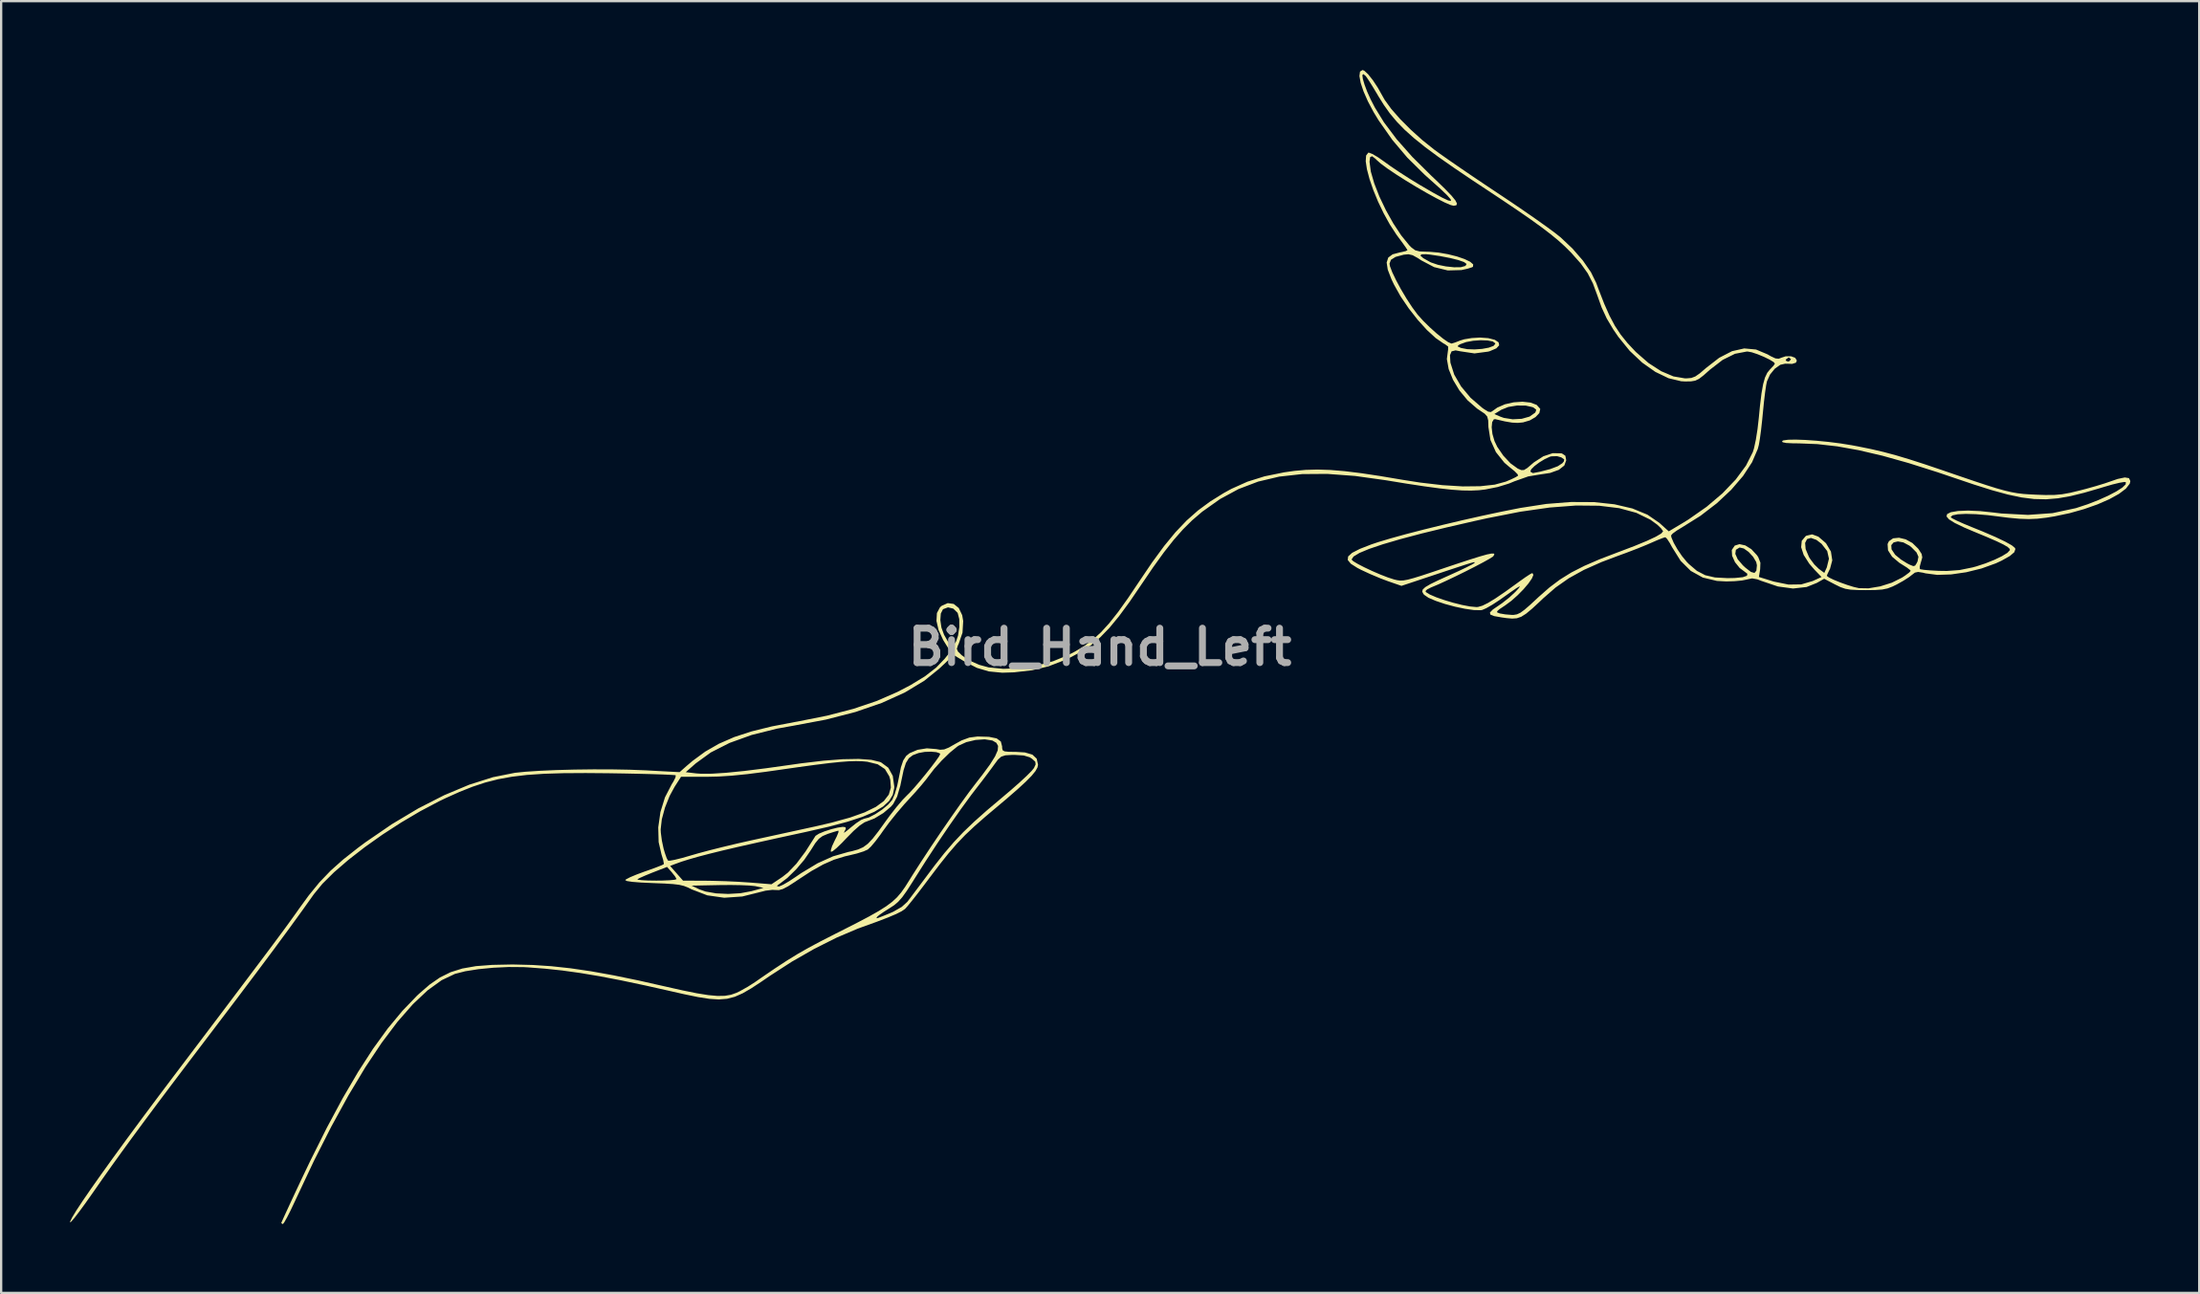
<source format=kicad_pcb>
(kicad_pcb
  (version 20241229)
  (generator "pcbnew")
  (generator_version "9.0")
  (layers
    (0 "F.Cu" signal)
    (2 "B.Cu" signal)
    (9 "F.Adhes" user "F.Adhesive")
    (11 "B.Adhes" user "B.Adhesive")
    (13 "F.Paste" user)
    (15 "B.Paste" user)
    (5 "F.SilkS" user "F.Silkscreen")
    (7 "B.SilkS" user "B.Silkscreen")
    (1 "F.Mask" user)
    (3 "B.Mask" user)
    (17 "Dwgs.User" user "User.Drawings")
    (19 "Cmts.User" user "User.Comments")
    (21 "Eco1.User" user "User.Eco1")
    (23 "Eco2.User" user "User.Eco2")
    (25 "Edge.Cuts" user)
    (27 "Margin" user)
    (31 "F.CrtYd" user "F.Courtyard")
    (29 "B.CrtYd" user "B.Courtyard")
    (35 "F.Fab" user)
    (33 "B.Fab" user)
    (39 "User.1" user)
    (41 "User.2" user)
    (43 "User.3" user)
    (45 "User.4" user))
  (footprint "Bird_Hand_Left"
    (layer "F.Cu")
    (at 44.865 25.139)
    (property "Reference" "Bird_Hand_Left" (at 0 0 0) (layer "F.Fab") (effects (font (size 1.5 1.5) (thickness 0.3))))
    (attr board_only exclude_from_pos_files exclude_from_bom)
    (fp_poly (pts (xy 11.328 -25.069) (xy 11.303 -24.875) (xy 11.357 -24.579) (xy 11.483 -24.203) (xy 11.673 -23.771) (xy 11.921 -23.304) (xy 12.136 -22.95) (xy 12.735 -22.096) (xy 13.388 -21.323) (xy 14.145 -20.576) (xy 14.413 -20.336) (xy 14.835 -19.959) (xy 15.123 -19.683) (xy 15.276 -19.508) (xy 15.292 -19.433) (xy 15.169 -19.457) (xy 14.906 -19.58) (xy 14.501 -19.801) (xy 13.954 -20.12) (xy 13.933 -20.132) (xy 13.497 -20.399) (xy 13.051 -20.685) (xy 12.652 -20.954) (xy 12.386 -21.145) (xy 12.107 -21.341) (xy 11.869 -21.48) (xy 11.714 -21.539) (xy 11.688 -21.537) (xy 11.594 -21.413) (xy 11.577 -21.163) (xy 11.63 -20.813) (xy 11.743 -20.385) (xy 11.908 -19.907) (xy 12.117 -19.401) (xy 12.36 -18.893) (xy 12.628 -18.408) (xy 12.913 -17.97) (xy 12.991 -17.864) (xy 13.183 -17.605) (xy 13.326 -17.403) (xy 13.394 -17.295) (xy 13.396 -17.288) (xy 13.319 -17.249) (xy 13.129 -17.204) (xy 13.063 -17.192) (xy 12.749 -17.109) (xy 12.559 -16.968) (xy 12.489 -16.752) (xy 12.536 -16.443) (xy 12.697 -16.024) (xy 12.81 -15.788) (xy 13.1 -15.271) (xy 13.454 -14.749) (xy 13.845 -14.251) (xy 14.245 -13.81) (xy 14.629 -13.458) (xy 14.969 -13.224) (xy 15.024 -13.197) (xy 15.167 -13.091) (xy 15.165 -12.938) (xy 15.161 -12.925) (xy 15.112 -12.549) (xy 15.19 -12.11) (xy 15.379 -11.642) (xy 15.659 -11.177) (xy 16.014 -10.749) (xy 16.425 -10.391) (xy 16.549 -10.307) (xy 16.759 -10.166) (xy 16.87 -10.041) (xy 16.913 -9.87) (xy 16.922 -9.589) (xy 16.922 -9.582) (xy 17.01 -9.022) (xy 17.249 -8.491) (xy 17.619 -8.028) (xy 17.848 -7.834) (xy 18.06 -7.663) (xy 18.192 -7.528) (xy 18.216 -7.469) (xy 18.12 -7.405) (xy 17.91 -7.304) (xy 17.678 -7.206) (xy 17.195 -7.075) (xy 16.565 -7.006) (xy 15.803 -6.998) (xy 14.925 -7.052) (xy 13.944 -7.166) (xy 13.178 -7.286) (xy 12.203 -7.45) (xy 11.371 -7.575) (xy 10.657 -7.662) (xy 10.035 -7.714) (xy 9.479 -7.732) (xy 8.964 -7.718) (xy 8.465 -7.673) (xy 8.026 -7.611) (xy 7.17 -7.437) (xy 6.422 -7.203) (xy 5.722 -6.889) (xy 5.387 -6.705) (xy 4.802 -6.34) (xy 4.272 -5.95) (xy 3.775 -5.511) (xy 3.29 -5.002) (xy 2.796 -4.401) (xy 2.271 -3.685) (xy 1.715 -2.863) (xy 1.222 -2.129) (xy 0.793 -1.528) (xy 0.406 -1.039) (xy 0.043 -0.641) (xy -0.316 -0.315) (xy -0.691 -0.04) (xy -1.102 0.205) (xy -1.375 0.346) (xy -2.039 0.618) (xy -2.76 0.812) (xy -3.498 0.924) (xy -4.208 0.951) (xy -4.85 0.887) (xy -5.269 0.773) (xy -5.59 0.629) (xy -5.885 0.458) (xy -6.023 0.355) (xy -6.186 0.196) (xy -6.235 0.079) (xy -6.189 -0.067) (xy -6.155 -0.135) (xy -5.987 -0.627) (xy -5.973 -0.867) (xy -6.125 -0.867) (xy -6.182 -0.499) (xy -6.27 -0.236) (xy -6.372 -0.091) (xy -6.488 -0.093) (xy -6.63 -0.251) (xy -6.791 -0.534) (xy -6.906 -0.848) (xy -6.953 -1.175) (xy -6.932 -1.459) (xy -6.839 -1.644) (xy -6.833 -1.649) (xy -6.618 -1.729) (xy -6.387 -1.672) (xy -6.206 -1.496) (xy -6.196 -1.479) (xy -6.128 -1.217) (xy -6.125 -0.867) (xy -5.973 -0.867) (xy -5.957 -1.133) (xy -6.001 -1.389) (xy -6.149 -1.698) (xy -6.37 -1.877) (xy -6.63 -1.913) (xy -6.896 -1.794) (xy -6.969 -1.73) (xy -7.102 -1.48) (xy -7.121 -1.136) (xy -7.028 -0.734) (xy -6.829 -0.306) (xy -6.793 -0.247) (xy -6.515 0.2) (xy -6.766 0.513) (xy -7.138 0.9) (xy -7.628 1.279) (xy -8.257 1.662) (xy -8.829 1.96) (xy -9.73 2.352) (xy -10.741 2.693) (xy -11.881 2.989) (xy -13.171 3.246) (xy -13.265 3.262) (xy -14.293 3.458) (xy -15.173 3.675) (xy -15.933 3.923) (xy -16.597 4.213) (xy -17.193 4.555) (xy -17.747 4.961) (xy -18.003 5.178) (xy -18.311 5.451) (xy -19.789 5.372) (xy -20.48 5.345) (xy -21.251 5.331) (xy -22.065 5.329) (xy -22.887 5.339) (xy -23.68 5.36) (xy -24.406 5.392) (xy -25.03 5.433) (xy -25.487 5.48) (xy -26.444 5.671) (xy -27.477 5.999) (xy -28.567 6.456) (xy -29.697 7.033) (xy -30.849 7.721) (xy -32.003 8.512) (xy -32.314 8.743) (xy -32.97 9.26) (xy -33.517 9.747) (xy -33.999 10.251) (xy -34.462 10.817) (xy -34.883 11.395) (xy -35.016 11.584) (xy -35.162 11.788) (xy -35.327 12.016) (xy -35.518 12.279) (xy -35.744 12.584) (xy -36.011 12.944) (xy -36.327 13.366) (xy -36.699 13.861) (xy -37.133 14.438) (xy -37.638 15.108) (xy -38.22 15.88) (xy -38.888 16.763) (xy -39.647 17.767) (xy -40.322 18.659) (xy -41.073 19.656) (xy -41.774 20.596) (xy -42.418 21.469) (xy -43.001 22.269) (xy -43.516 22.986) (xy -43.957 23.611) (xy -44.318 24.137) (xy -44.593 24.554) (xy -44.775 24.855) (xy -44.86 25.031) (xy -44.865 25.069) (xy -44.809 25.03) (xy -44.67 24.868) (xy -44.464 24.6) (xy -44.206 24.248) (xy -43.911 23.831) (xy -43.846 23.738) (xy -43.454 23.176) (xy -43.048 22.602) (xy -42.616 22.002) (xy -42.148 21.36) (xy -41.632 20.66) (xy -41.058 19.889) (xy -40.413 19.031) (xy -39.687 18.071) (xy -38.869 16.994) (xy -38.58 16.614) (xy -37.613 15.34) (xy -36.751 14.196) (xy -35.988 13.174) (xy -35.321 12.268) (xy -34.744 11.473) (xy -34.253 10.783) (xy -34.244 10.77) (xy -33.871 10.315) (xy -33.361 9.81) (xy -32.738 9.273) (xy -32.028 8.721) (xy -31.254 8.172) (xy -30.439 7.644) (xy -29.609 7.154) (xy -28.788 6.72) (xy -28.497 6.58) (xy -27.895 6.31) (xy -27.33 6.086) (xy -26.777 5.903) (xy -26.213 5.759) (xy -25.615 5.65) (xy -24.959 5.572) (xy -24.22 5.522) (xy -23.377 5.496) (xy -22.404 5.49) (xy -21.42 5.498) (xy -20.728 5.509) (xy -20.092 5.522) (xy -19.533 5.536) (xy -19.072 5.551) (xy -18.73 5.566) (xy -18.526 5.579) (xy -18.478 5.588) (xy -18.492 5.683) (xy -18.584 5.867) (xy -18.653 5.978) (xy -18.948 6.547) (xy -19.147 7.19) (xy -19.241 7.857) (xy -19.224 8.5) (xy -19.1 9.038) (xy -19.027 9.273) (xy -18.998 9.432) (xy -19.005 9.465) (xy -19.101 9.511) (xy -19.323 9.598) (xy -19.635 9.712) (xy -19.85 9.787) (xy -20.195 9.915) (xy -20.472 10.031) (xy -20.644 10.121) (xy -20.68 10.154) (xy -20.609 10.194) (xy -20.377 10.23) (xy -19.994 10.26) (xy -19.475 10.284) (xy -19.467 10.284) (xy -18.964 10.304) (xy -18.598 10.327) (xy -18.331 10.359) (xy -18.125 10.408) (xy -17.945 10.478) (xy -17.789 10.556) (xy -17.107 10.818) (xy -16.367 10.923) (xy -15.582 10.869) (xy -14.886 10.696) (xy -14.568 10.615) (xy -14.272 10.579) (xy -14.14 10.585) (xy -13.984 10.59) (xy -13.811 10.542) (xy -13.717 10.493) (xy -14.657 10.493) (xy -15.179 10.636) (xy -15.661 10.726) (xy -16.194 10.757) (xy -16.72 10.732) (xy -17.18 10.652) (xy -17.441 10.561) (xy -17.789 10.395) (xy -16.567 10.371) (xy -16.09 10.367) (xy -15.647 10.374) (xy -15.28 10.39) (xy -15.034 10.414) (xy -15.001 10.42) (xy -14.657 10.493) (xy -13.717 10.493) (xy -13.585 10.424) (xy -13.268 10.22) (xy -13.17 10.153) (xy -12.571 9.761) (xy -12.055 9.472) (xy -11.584 9.265) (xy -11.117 9.121) (xy -10.928 9.078) (xy -10.59 8.996) (xy -10.297 8.904) (xy -10.112 8.822) (xy -10.111 8.821) (xy -9.975 8.694) (xy -9.779 8.461) (xy -9.556 8.164) (xy -9.459 8.024) (xy -9.19 7.657) (xy -8.853 7.235) (xy -8.504 6.828) (xy -8.347 6.657) (xy -8.054 6.337) (xy -7.785 6.029) (xy -7.576 5.775) (xy -7.486 5.654) (xy -7.22 5.308) (xy -6.887 4.939) (xy -6.606 4.666) (xy -6.959 4.666) (xy -7.012 4.769) (xy -7.154 4.972) (xy -7.358 5.242) (xy -7.601 5.547) (xy -7.855 5.855) (xy -8.095 6.135) (xy -8.296 6.355) (xy -8.395 6.452) (xy -8.596 6.658) (xy -8.856 6.963) (xy -9.136 7.32) (xy -9.33 7.585) (xy -9.648 8.026) (xy -9.898 8.346) (xy -10.109 8.569) (xy -10.311 8.719) (xy -10.533 8.819) (xy -10.803 8.894) (xy -10.967 8.929) (xy -11.626 9.118) (xy -12.298 9.42) (xy -13.017 9.852) (xy -13.253 10.014) (xy -13.546 10.208) (xy -13.798 10.354) (xy -13.967 10.429) (xy -13.997 10.433) (xy -14.074 10.413) (xy -14.003 10.348) (xy -13.966 10.325) (xy -13.618 10.061) (xy -13.241 9.693) (xy -12.884 9.274) (xy -12.6 8.86) (xy -12.406 8.551) (xy -12.247 8.356) (xy -12.08 8.234) (xy -11.863 8.143) (xy -11.852 8.139) (xy -11.606 8.059) (xy -11.431 8.01) (xy -11.389 8.003) (xy -11.392 8.071) (xy -11.464 8.249) (xy -11.556 8.432) (xy -11.67 8.677) (xy -11.726 8.86) (xy -11.719 8.925) (xy -11.638 8.893) (xy -11.468 8.754) (xy -11.238 8.532) (xy -11.048 8.332) (xy -10.735 8.014) (xy -10.46 7.773) (xy -10.253 7.635) (xy -10.201 7.615) (xy -9.825 7.469) (xy -9.434 7.232) (xy -9.106 6.955) (xy -9.007 6.841) (xy -8.836 6.52) (xy -8.695 6.041) (xy -8.65 5.821) (xy -8.554 5.367) (xy -8.453 5.052) (xy -8.326 4.845) (xy -8.153 4.713) (xy -7.913 4.622) (xy -7.888 4.615) (xy -7.633 4.569) (xy -7.361 4.559) (xy -7.126 4.58) (xy -6.981 4.63) (xy -6.959 4.666) (xy -6.606 4.666) (xy -6.538 4.6) (xy -6.222 4.342) (xy -6.158 4.298) (xy -5.823 4.145) (xy -5.42 4.049) (xy -5.02 4.021) (xy -4.693 4.072) (xy -4.676 4.078) (xy -4.513 4.173) (xy -4.437 4.309) (xy -4.454 4.502) (xy -4.57 4.766) (xy -4.79 5.116) (xy -5.121 5.567) (xy -5.392 5.915) (xy -5.698 6.316) (xy -6.072 6.831) (xy -6.492 7.427) (xy -6.935 8.069) (xy -7.378 8.726) (xy -7.797 9.363) (xy -8.171 9.946) (xy -8.307 10.165) (xy -8.487 10.45) (xy -8.658 10.691) (xy -8.839 10.903) (xy -9.05 11.099) (xy -9.31 11.294) (xy -9.64 11.503) (xy -10.06 11.74) (xy -10.59 12.019) (xy -11.248 12.354) (xy -11.526 12.494) (xy -12.156 12.816) (xy -12.693 13.102) (xy -13.178 13.379) (xy -13.654 13.672) (xy -14.166 14.008) (xy -14.756 14.411) (xy -15.026 14.599) (xy -15.342 14.801) (xy -15.679 14.99) (xy -15.832 15.064) (xy -16.069 15.148) (xy -16.338 15.195) (xy -16.66 15.201) (xy -17.06 15.165) (xy -17.56 15.085) (xy -18.182 14.959) (xy -18.876 14.803) (xy -20.105 14.526) (xy -21.195 14.302) (xy -22.174 14.126) (xy -23.068 13.995) (xy -23.903 13.905) (xy -24.706 13.852) (xy -25.503 13.832) (xy -25.636 13.831) (xy -26.478 13.848) (xy -27.18 13.902) (xy -27.772 14.005) (xy -28.285 14.166) (xy -28.749 14.396) (xy -29.197 14.705) (xy -29.658 15.104) (xy -29.753 15.193) (xy -30.388 15.853) (xy -31.023 16.618) (xy -31.663 17.5) (xy -32.314 18.508) (xy -32.983 19.65) (xy -33.675 20.938) (xy -34.397 22.382) (xy -34.759 23.139) (xy -35.01 23.672) (xy -35.234 24.152) (xy -35.421 24.556) (xy -35.562 24.863) (xy -35.645 25.05) (xy -35.664 25.099) (xy -35.599 25.139) (xy -35.592 25.139) (xy -35.532 25.064) (xy -35.416 24.859) (xy -35.26 24.551) (xy -35.079 24.17) (xy -35.014 24.03) (xy -34.243 22.393) (xy -33.482 20.892) (xy -32.735 19.531) (xy -32.003 18.313) (xy -31.29 17.244) (xy -30.598 16.325) (xy -29.93 15.562) (xy -29.288 14.957) (xy -28.676 14.515) (xy -28.097 14.24) (xy -28.092 14.239) (xy -27.646 14.125) (xy -27.076 14.035) (xy -26.43 13.972) (xy -25.758 13.94) (xy -25.109 13.945) (xy -24.926 13.955) (xy -24.175 14.012) (xy -23.422 14.092) (xy -22.638 14.201) (xy -21.795 14.342) (xy -20.865 14.521) (xy -19.819 14.742) (xy -18.867 14.955) (xy -18.12 15.124) (xy -17.513 15.249) (xy -17.018 15.327) (xy -16.604 15.354) (xy -16.243 15.325) (xy -15.905 15.237) (xy -15.561 15.085) (xy -15.182 14.865) (xy -14.738 14.573) (xy -14.375 14.324) (xy -13.421 13.708) (xy -12.437 13.145) (xy -11.467 12.659) (xy -10.557 12.272) (xy -10.351 12.197) (xy -9.717 11.968) (xy -9.232 11.782) (xy -8.877 11.632) (xy -8.636 11.51) (xy -8.491 11.41) (xy -8.385 11.293) (xy -8.197 11.063) (xy -7.948 10.747) (xy -7.661 10.371) (xy -7.45 10.09) (xy -6.993 9.487) (xy -6.599 8.992) (xy -6.236 8.571) (xy -5.869 8.188) (xy -5.465 7.807) (xy -4.992 7.392) (xy -4.654 7.107) (xy -4.058 6.605) (xy -3.589 6.197) (xy -3.232 5.869) (xy -2.977 5.61) (xy -2.811 5.407) (xy -2.722 5.248) (xy -2.697 5.127) (xy -2.7 5.113) (xy -2.802 5.113) (xy -2.874 5.271) (xy -2.98 5.401) (xy -3.197 5.619) (xy -3.503 5.902) (xy -3.872 6.227) (xy -4.262 6.558) (xy -4.926 7.118) (xy -5.478 7.609) (xy -5.952 8.063) (xy -6.376 8.512) (xy -6.784 8.988) (xy -7.205 9.523) (xy -7.403 9.786) (xy -7.696 10.178) (xy -7.969 10.542) (xy -8.198 10.846) (xy -8.356 11.055) (xy -8.391 11.101) (xy -8.635 11.322) (xy -9.002 11.532) (xy -9.15 11.597) (xy -9.461 11.724) (xy -9.641 11.794) (xy -9.721 11.817) (xy -9.732 11.8) (xy -9.706 11.755) (xy -9.612 11.674) (xy -9.413 11.536) (xy -9.179 11.388) (xy -8.966 11.249) (xy -8.786 11.096) (xy -8.611 10.898) (xy -8.413 10.622) (xy -8.166 10.237) (xy -8.076 10.093) (xy -7.592 9.329) (xy -7.078 8.544) (xy -6.559 7.777) (xy -6.06 7.066) (xy -5.609 6.448) (xy -5.4 6.176) (xy -5.136 5.835) (xy -4.89 5.51) (xy -4.695 5.247) (xy -4.612 5.132) (xy -4.445 4.906) (xy -4.3 4.776) (xy -4.119 4.717) (xy -3.844 4.701) (xy -3.697 4.701) (xy -3.319 4.725) (xy -3.06 4.803) (xy -2.961 4.866) (xy -2.818 4.995) (xy -2.802 5.113) (xy -2.7 5.113) (xy -2.756 4.864) (xy -2.943 4.688) (xy -3.269 4.592) (xy -3.663 4.567) (xy -3.978 4.564) (xy -4.157 4.545) (xy -4.239 4.496) (xy -4.261 4.401) (xy -4.262 4.331) (xy -4.318 4.115) (xy -4.498 3.981) (xy -4.821 3.915) (xy -4.871 3.911) (xy -5.331 3.898) (xy -5.692 3.945) (xy -6.026 4.068) (xy -6.298 4.217) (xy -6.584 4.38) (xy -6.786 4.461) (xy -6.961 4.475) (xy -7.138 4.445) (xy -7.54 4.413) (xy -7.946 4.478) (xy -8.291 4.624) (xy -8.442 4.745) (xy -8.57 4.942) (xy -8.671 5.243) (xy -8.753 5.659) (xy -8.832 6.045) (xy -8.936 6.397) (xy -9.043 6.649) (xy -9.052 6.663) (xy -9.226 6.865) (xy -9.489 7.083) (xy -9.787 7.281) (xy -10.068 7.426) (xy -10.274 7.48) (xy -10.409 7.535) (xy -10.622 7.676) (xy -10.839 7.85) (xy -11.034 8.012) (xy -11.144 8.091) (xy -11.148 8.07) (xy -11.144 8.065) (xy -11.072 7.922) (xy -11.083 7.851) (xy -11.203 7.834) (xy -11.431 7.869) (xy -11.715 7.94) (xy -12.004 8.033) (xy -12.245 8.133) (xy -12.385 8.223) (xy -12.396 8.236) (xy -12.83 8.916) (xy -13.225 9.442) (xy -13.591 9.826) (xy -13.834 10.017) (xy -14.309 10.336) (xy -15.223 10.262) (xy -15.719 10.229) (xy -16.3 10.202) (xy -16.872 10.186) (xy -17.149 10.182) (xy -18.162 10.177) (xy -18.219 10.112) (xy -18.444 10.112) (xy -18.524 10.139) (xy -18.741 10.161) (xy -19.059 10.174) (xy -19.325 10.177) (xy -19.686 10.172) (xy -19.964 10.158) (xy -20.126 10.137) (xy -20.151 10.119) (xy -20.047 10.061) (xy -19.824 9.962) (xy -19.528 9.841) (xy -19.475 9.82) (xy -18.858 9.58) (xy -18.652 9.813) (xy -18.515 9.985) (xy -18.446 10.103) (xy -18.444 10.112) (xy -18.219 10.112) (xy -18.443 9.857) (xy -18.724 9.537) (xy -18.517 9.457) (xy -18.24 9.356) (xy -17.907 9.251) (xy -17.505 9.136) (xy -17.02 9.009) (xy -16.437 8.865) (xy -15.741 8.702) (xy -14.919 8.517) (xy -13.956 8.304) (xy -12.838 8.062) (xy -12.766 8.046) (xy -11.8 7.825) (xy -10.996 7.611) (xy -10.343 7.397) (xy -9.83 7.179) (xy -9.447 6.95) (xy -9.182 6.704) (xy -9.024 6.437) (xy -8.962 6.142) (xy -8.961 6.122) (xy -9.108 6.122) (xy -9.198 6.429) (xy -9.413 6.708) (xy -9.76 6.964) (xy -10.249 7.203) (xy -10.888 7.43) (xy -11.686 7.65) (xy -12.4 7.816) (xy -12.905 7.926) (xy -13.52 8.06) (xy -14.187 8.205) (xy -14.847 8.349) (xy -15.251 8.437) (xy -15.844 8.571) (xy -16.454 8.717) (xy -17.031 8.862) (xy -17.526 8.995) (xy -17.817 9.079) (xy -18.195 9.188) (xy -18.513 9.267) (xy -18.732 9.308) (xy -18.815 9.305) (xy -18.875 9.194) (xy -18.954 8.97) (xy -19.01 8.777) (xy -19.083 8.433) (xy -19.129 8.088) (xy -19.136 7.945) (xy -19.086 7.505) (xy -18.948 6.996) (xy -18.745 6.487) (xy -18.528 6.089) (xy -18.249 5.654) (xy -17.148 5.654) (xy -16.616 5.642) (xy -16.031 5.604) (xy -15.36 5.537) (xy -14.572 5.437) (xy -14.004 5.357) (xy -13.131 5.232) (xy -12.409 5.134) (xy -11.818 5.06) (xy -11.338 5.01) (xy -10.949 4.98) (xy -10.63 4.97) (xy -10.361 4.977) (xy -10.132 4.998) (xy -9.681 5.109) (xy -9.368 5.316) (xy -9.177 5.633) (xy -9.134 5.782) (xy -9.108 6.122) (xy -8.961 6.122) (xy -8.96 6.074) (xy -9.025 5.613) (xy -9.218 5.26) (xy -9.533 5.027) (xy -9.577 5.008) (xy -9.958 4.915) (xy -10.5 4.875) (xy -11.196 4.887) (xy -12.043 4.952) (xy -13.033 5.069) (xy -13.439 5.127) (xy -14.549 5.282) (xy -15.492 5.399) (xy -16.275 5.477) (xy -16.901 5.518) (xy -17.374 5.521) (xy -17.582 5.506) (xy -18.042 5.452) (xy -17.611 5.072) (xy -16.95 4.592) (xy -16.135 4.178) (xy -15.172 3.831) (xy -14.07 3.556) (xy -13.356 3.428) (xy -11.942 3.163) (xy -10.657 2.832) (xy -9.509 2.437) (xy -8.505 1.983) (xy -7.653 1.47) (xy -6.994 0.937) (xy -6.372 0.347) (xy -5.879 0.644) (xy -5.359 0.908) (xy -4.837 1.063) (xy -4.256 1.119) (xy -3.748 1.103) (xy -2.956 1.012) (xy -2.247 0.842) (xy -1.541 0.571) (xy -1.253 0.436) (xy -0.798 0.19) (xy -0.382 -0.09) (xy 0.015 -0.425) (xy 0.412 -0.835) (xy 0.829 -1.34) (xy 1.285 -1.96) (xy 1.787 -2.696) (xy 2.317 -3.475) (xy 2.785 -4.124) (xy 3.211 -4.665) (xy 3.613 -5.121) (xy 4.01 -5.515) (xy 4.423 -5.869) (xy 4.461 -5.9) (xy 5.234 -6.448) (xy 6.038 -6.883) (xy 6.891 -7.207) (xy 7.809 -7.424) (xy 8.808 -7.535) (xy 9.904 -7.543) (xy 11.114 -7.453) (xy 12.439 -7.268) (xy 13.365 -7.117) (xy 14.14 -7) (xy 14.787 -6.913) (xy 15.327 -6.854) (xy 15.779 -6.822) (xy 16.164 -6.816) (xy 16.505 -6.831) (xy 16.788 -6.864) (xy 17.324 -6.971) (xy 17.824 -7.124) (xy 18.05 -7.218) (xy 18.656 -7.433) (xy 19.116 -7.509) (xy 19.613 -7.585) (xy 19.989 -7.72) (xy 20.227 -7.907) (xy 20.311 -8.135) (xy 20.311 -8.138) (xy 20.304 -8.175) (xy 20.224 -8.175) (xy 20.206 -8.083) (xy 20.14 -8.006) (xy 19.946 -7.878) (xy 19.61 -7.751) (xy 19.167 -7.637) (xy 18.859 -7.578) (xy 18.764 -7.629) (xy 18.75 -7.647) (xy 18.784 -7.741) (xy 18.928 -7.884) (xy 19.141 -8.044) (xy 19.379 -8.189) (xy 19.599 -8.29) (xy 19.665 -8.308) (xy 19.913 -8.315) (xy 20.096 -8.263) (xy 20.224 -8.175) (xy 20.304 -8.175) (xy 20.273 -8.335) (xy 20.129 -8.43) (xy 20.094 -8.439) (xy 19.724 -8.446) (xy 19.315 -8.31) (xy 18.906 -8.047) (xy 18.837 -7.988) (xy 18.616 -7.8) (xy 18.472 -7.712) (xy 18.355 -7.708) (xy 18.212 -7.769) (xy 18.199 -7.775) (xy 17.883 -8.004) (xy 17.569 -8.34) (xy 17.307 -8.723) (xy 17.186 -8.976) (xy 17.097 -9.285) (xy 17.064 -9.573) (xy 17.085 -9.798) (xy 17.158 -9.92) (xy 17.223 -9.927) (xy 17.645 -9.829) (xy 17.953 -9.777) (xy 18.2 -9.765) (xy 18.43 -9.787) (xy 18.725 -9.873) (xy 18.974 -10.018) (xy 19.139 -10.192) (xy 19.174 -10.341) (xy 19.005 -10.341) (xy 18.973 -10.234) (xy 18.95 -10.205) (xy 18.714 -10.039) (xy 18.372 -9.943) (xy 17.979 -9.922) (xy 17.594 -9.983) (xy 17.441 -10.037) (xy 17.18 -10.15) (xy 17.484 -10.337) (xy 17.787 -10.459) (xy 18.164 -10.521) (xy 18.542 -10.52) (xy 18.848 -10.451) (xy 18.887 -10.432) (xy 19.005 -10.341) (xy 19.174 -10.341) (xy 19.179 -10.362) (xy 19.173 -10.384) (xy 19.023 -10.55) (xy 18.754 -10.65) (xy 18.406 -10.687) (xy 18.022 -10.661) (xy 17.641 -10.575) (xy 17.306 -10.43) (xy 17.132 -10.304) (xy 17.03 -10.238) (xy 16.915 -10.253) (xy 16.736 -10.362) (xy 16.65 -10.423) (xy 16.146 -10.858) (xy 15.732 -11.352) (xy 15.432 -11.869) (xy 15.271 -12.374) (xy 15.265 -12.409) (xy 15.248 -12.716) (xy 15.318 -12.882) (xy 15.492 -12.924) (xy 15.711 -12.882) (xy 16.316 -12.792) (xy 16.911 -12.87) (xy 16.983 -12.89) (xy 17.267 -13.012) (xy 17.391 -13.145) (xy 17.378 -13.212) (xy 17.223 -13.212) (xy 17.144 -13.118) (xy 16.937 -13.042) (xy 16.648 -12.989) (xy 16.321 -12.966) (xy 16.004 -12.977) (xy 15.74 -13.027) (xy 15.703 -13.04) (xy 15.581 -13.097) (xy 15.613 -13.149) (xy 15.703 -13.197) (xy 15.951 -13.286) (xy 16.259 -13.343) (xy 16.585 -13.366) (xy 16.883 -13.356) (xy 17.109 -13.313) (xy 17.219 -13.234) (xy 17.223 -13.212) (xy 17.378 -13.212) (xy 17.365 -13.274) (xy 17.202 -13.384) (xy 16.912 -13.458) (xy 16.551 -13.483) (xy 16.2 -13.462) (xy 15.868 -13.407) (xy 15.688 -13.352) (xy 15.471 -13.268) (xy 15.326 -13.224) (xy 15.31 -13.222) (xy 15.169 -13.281) (xy 14.942 -13.438) (xy 14.663 -13.665) (xy 14.364 -13.933) (xy 14.079 -14.214) (xy 13.84 -14.48) (xy 13.829 -14.493) (xy 13.599 -14.805) (xy 13.354 -15.18) (xy 13.115 -15.582) (xy 12.902 -15.976) (xy 12.735 -16.323) (xy 12.634 -16.589) (xy 12.613 -16.702) (xy 12.676 -16.871) (xy 12.877 -16.997) (xy 13.233 -17.092) (xy 13.236 -17.093) (xy 13.438 -17.112) (xy 13.621 -17.07) (xy 13.847 -16.946) (xy 13.997 -16.846) (xy 14.558 -16.551) (xy 15.152 -16.407) (xy 15.74 -16.423) (xy 15.77 -16.428) (xy 16.026 -16.486) (xy 16.206 -16.544) (xy 16.249 -16.568) (xy 16.259 -16.67) (xy 16.238 -16.688) (xy 15.972 -16.688) (xy 15.926 -16.613) (xy 15.908 -16.6) (xy 15.722 -16.549) (xy 15.425 -16.545) (xy 15.074 -16.582) (xy 14.722 -16.653) (xy 14.426 -16.753) (xy 14.378 -16.776) (xy 14.087 -16.94) (xy 13.961 -17.05) (xy 14 -17.108) (xy 14.205 -17.114) (xy 14.363 -17.099) (xy 14.822 -17.031) (xy 15.256 -16.947) (xy 15.616 -16.857) (xy 15.855 -16.773) (xy 15.865 -16.768) (xy 15.972 -16.688) (xy 16.238 -16.688) (xy 16.127 -16.785) (xy 15.881 -16.903) (xy 15.552 -17.016) (xy 15.168 -17.112) (xy 14.76 -17.184) (xy 14.357 -17.22) (xy 14.222 -17.223) (xy 13.925 -17.235) (xy 13.732 -17.286) (xy 13.57 -17.405) (xy 13.471 -17.506) (xy 13.122 -17.935) (xy 12.778 -18.457) (xy 12.456 -19.033) (xy 12.173 -19.626) (xy 11.949 -20.199) (xy 11.799 -20.715) (xy 11.743 -21.135) (xy 11.743 -21.147) (xy 11.77 -21.345) (xy 11.858 -21.383) (xy 12.012 -21.262) (xy 12.046 -21.226) (xy 12.23 -21.063) (xy 12.525 -20.845) (xy 12.902 -20.591) (xy 13.333 -20.317) (xy 13.789 -20.041) (xy 14.241 -19.779) (xy 14.659 -19.55) (xy 15.015 -19.369) (xy 15.28 -19.256) (xy 15.41 -19.224) (xy 15.525 -19.246) (xy 15.553 -19.318) (xy 15.486 -19.454) (xy 15.316 -19.663) (xy 15.033 -19.957) (xy 14.63 -20.349) (xy 14.436 -20.532) (xy 13.609 -21.351) (xy 12.926 -22.122) (xy 12.371 -22.861) (xy 11.974 -23.507) (xy 11.79 -23.863) (xy 11.638 -24.203) (xy 11.524 -24.507) (xy 11.453 -24.749) (xy 11.431 -24.909) (xy 11.466 -24.964) (xy 11.563 -24.89) (xy 11.613 -24.828) (xy 11.715 -24.677) (xy 11.875 -24.423) (xy 12.063 -24.111) (xy 12.125 -24.005) (xy 12.371 -23.61) (xy 12.633 -23.242) (xy 12.928 -22.89) (xy 13.27 -22.538) (xy 13.676 -22.174) (xy 14.162 -21.783) (xy 14.743 -21.353) (xy 15.435 -20.869) (xy 16.253 -20.317) (xy 16.701 -20.021) (xy 17.517 -19.48) (xy 18.201 -19.019) (xy 18.772 -18.624) (xy 19.245 -18.282) (xy 19.638 -17.982) (xy 19.968 -17.71) (xy 20.251 -17.454) (xy 20.505 -17.201) (xy 20.536 -17.169) (xy 20.946 -16.707) (xy 21.246 -16.284) (xy 21.473 -15.843) (xy 21.652 -15.359) (xy 21.853 -14.794) (xy 22.077 -14.312) (xy 22.363 -13.833) (xy 22.582 -13.513) (xy 23.076 -12.904) (xy 23.622 -12.39) (xy 24.194 -11.987) (xy 24.768 -11.711) (xy 25.32 -11.579) (xy 25.499 -11.569) (xy 25.748 -11.574) (xy 25.931 -11.605) (xy 26.097 -11.684) (xy 26.294 -11.836) (xy 26.571 -12.082) (xy 26.572 -12.083) (xy 27.126 -12.51) (xy 27.662 -12.775) (xy 28.172 -12.873) (xy 28.212 -12.874) (xy 28.393 -12.841) (xy 28.646 -12.757) (xy 28.922 -12.643) (xy 29.173 -12.521) (xy 29.348 -12.413) (xy 29.401 -12.349) (xy 29.344 -12.259) (xy 29.205 -12.111) (xy 29.19 -12.097) (xy 29.069 -11.949) (xy 28.97 -11.741) (xy 28.888 -11.45) (xy 28.817 -11.05) (xy 28.752 -10.519) (xy 28.703 -10.011) (xy 28.645 -9.499) (xy 28.571 -9.03) (xy 28.49 -8.655) (xy 28.438 -8.489) (xy 28.142 -7.904) (xy 27.695 -7.299) (xy 27.116 -6.694) (xy 26.425 -6.108) (xy 25.64 -5.559) (xy 25.402 -5.412) (xy 24.779 -5.04) (xy 24.365 -5.412) (xy 23.848 -5.767) (xy 23.193 -6.037) (xy 22.411 -6.219) (xy 21.517 -6.314) (xy 20.523 -6.319) (xy 19.443 -6.234) (xy 18.29 -6.056) (xy 18.259 -6.049) (xy 17.469 -5.892) (xy 16.629 -5.713) (xy 15.768 -5.519) (xy 14.913 -5.317) (xy 14.094 -5.115) (xy 13.339 -4.92) (xy 12.676 -4.737) (xy 12.134 -4.575) (xy 11.824 -4.472) (xy 11.322 -4.276) (xy 10.985 -4.104) (xy 10.811 -3.946) (xy 10.794 -3.791) (xy 10.929 -3.628) (xy 11.214 -3.447) (xy 11.373 -3.364) (xy 11.773 -3.179) (xy 12.218 -2.992) (xy 12.547 -2.868) (xy 13.134 -2.665) (xy 14.548 -3.135) (xy 15.145 -3.334) (xy 15.597 -3.483) (xy 15.921 -3.589) (xy 16.137 -3.656) (xy 16.264 -3.69) (xy 16.321 -3.697) (xy 16.327 -3.683) (xy 16.301 -3.653) (xy 16.299 -3.651) (xy 16.191 -3.586) (xy 15.958 -3.468) (xy 15.632 -3.313) (xy 15.248 -3.138) (xy 15.219 -3.125) (xy 14.733 -2.905) (xy 14.39 -2.738) (xy 14.171 -2.609) (xy 14.06 -2.504) (xy 14.039 -2.411) (xy 14.089 -2.315) (xy 14.123 -2.275) (xy 14.31 -2.147) (xy 14.626 -2.011) (xy 15.026 -1.877) (xy 15.466 -1.758) (xy 15.901 -1.666) (xy 16.287 -1.61) (xy 16.58 -1.604) (xy 16.654 -1.616) (xy 16.83 -1.693) (xy 17.097 -1.846) (xy 17.406 -2.048) (xy 17.52 -2.129) (xy 17.895 -2.395) (xy 18.141 -2.564) (xy 18.269 -2.639) (xy 18.289 -2.626) (xy 18.214 -2.531) (xy 18.093 -2.4) (xy 17.831 -2.157) (xy 17.516 -1.909) (xy 17.376 -1.813) (xy 17.114 -1.634) (xy 16.988 -1.506) (xy 17.005 -1.415) (xy 17.175 -1.347) (xy 17.505 -1.289) (xy 17.716 -1.26) (xy 17.957 -1.239) (xy 18.159 -1.253) (xy 18.352 -1.319) (xy 18.566 -1.455) (xy 18.831 -1.676) (xy 19.179 -1.998) (xy 19.311 -2.124) (xy 19.849 -2.593) (xy 20.427 -2.998) (xy 21.082 -3.361) (xy 21.848 -3.702) (xy 22.529 -3.959) (xy 22.974 -4.122) (xy 23.426 -4.296) (xy 23.819 -4.456) (xy 23.999 -4.534) (xy 24.285 -4.659) (xy 24.51 -4.748) (xy 24.626 -4.784) (xy 24.628 -4.784) (xy 24.704 -4.713) (xy 24.824 -4.529) (xy 24.92 -4.353) (xy 25.294 -3.756) (xy 25.737 -3.317) (xy 26.26 -3.027) (xy 26.875 -2.88) (xy 27.285 -2.857) (xy 27.646 -2.869) (xy 27.968 -2.899) (xy 28.187 -2.943) (xy 28.204 -2.948) (xy 28.409 -2.991) (xy 28.638 -2.949) (xy 28.813 -2.881) (xy 29.534 -2.638) (xy 30.193 -2.549) (xy 30.782 -2.615) (xy 31.224 -2.792) (xy 31.549 -2.974) (xy 32.019 -2.727) (xy 32.256 -2.611) (xy 32.467 -2.538) (xy 32.705 -2.498) (xy 33.023 -2.482) (xy 33.359 -2.479) (xy 33.778 -2.484) (xy 34.076 -2.505) (xy 34.307 -2.552) (xy 34.524 -2.635) (xy 34.708 -2.725) (xy 34.998 -2.887) (xy 35.249 -3.048) (xy 35.37 -3.142) (xy 35.5 -3.242) (xy 35.639 -3.272) (xy 35.853 -3.238) (xy 35.965 -3.21) (xy 36.471 -3.144) (xy 37.078 -3.163) (xy 37.737 -3.258) (xy 38.403 -3.422) (xy 39.027 -3.647) (xy 39.28 -3.765) (xy 39.635 -3.965) (xy 39.83 -4.131) (xy 39.877 -4.27) (xy 39.856 -4.319) (xy 39.721 -4.431) (xy 39.434 -4.591) (xy 39.008 -4.794) (xy 38.456 -5.032) (xy 37.991 -5.22) (xy 37.623 -5.372) (xy 37.323 -5.506) (xy 37.124 -5.608) (xy 37.056 -5.661) (xy 37.138 -5.737) (xy 37.366 -5.783) (xy 37.715 -5.801) (xy 38.161 -5.788) (xy 38.678 -5.745) (xy 38.97 -5.709) (xy 39.575 -5.633) (xy 40.056 -5.588) (xy 40.461 -5.574) (xy 40.836 -5.59) (xy 41.231 -5.636) (xy 41.59 -5.695) (xy 42.245 -5.833) (xy 42.875 -6.011) (xy 43.457 -6.216) (xy 43.969 -6.44) (xy 44.388 -6.672) (xy 44.692 -6.901) (xy 44.859 -7.117) (xy 44.885 -7.228) (xy 44.826 -7.357) (xy 44.644 -7.388) (xy 44.33 -7.322) (xy 44.046 -7.224) (xy 43.765 -7.128) (xy 43.377 -7.01) (xy 42.944 -6.888) (xy 42.698 -6.824) (xy 42.262 -6.719) (xy 41.908 -6.655) (xy 41.568 -6.625) (xy 41.175 -6.623) (xy 40.797 -6.636) (xy 40.489 -6.651) (xy 40.218 -6.67) (xy 39.962 -6.701) (xy 39.697 -6.749) (xy 39.401 -6.819) (xy 39.051 -6.917) (xy 38.625 -7.05) (xy 38.1 -7.224) (xy 37.454 -7.443) (xy 36.752 -7.684) (xy 35.948 -7.956) (xy 35.269 -8.175) (xy 34.675 -8.353) (xy 34.129 -8.499) (xy 33.592 -8.624) (xy 33.026 -8.739) (xy 32.75 -8.791) (xy 32.256 -8.871) (xy 31.734 -8.937) (xy 31.215 -8.988) (xy 30.729 -9.022) (xy 30.305 -9.037) (xy 29.974 -9.031) (xy 29.767 -9.002) (xy 29.714 -8.972) (xy 29.737 -8.922) (xy 29.892 -8.89) (xy 30.195 -8.875) (xy 30.441 -8.873) (xy 31.251 -8.841) (xy 32.117 -8.743) (xy 33.056 -8.575) (xy 34.087 -8.334) (xy 35.225 -8.015) (xy 36.488 -7.615) (xy 37.148 -7.392) (xy 38.072 -7.08) (xy 38.862 -6.831) (xy 39.544 -6.644) (xy 40.145 -6.517) (xy 40.692 -6.448) (xy 41.212 -6.436) (xy 41.732 -6.479) (xy 42.278 -6.575) (xy 42.879 -6.723) (xy 43.559 -6.921) (xy 43.732 -6.974) (xy 44.102 -7.081) (xy 44.41 -7.156) (xy 44.618 -7.191) (xy 44.688 -7.185) (xy 44.682 -7.087) (xy 44.536 -6.947) (xy 44.273 -6.778) (xy 43.917 -6.592) (xy 43.493 -6.402) (xy 43.026 -6.22) (xy 42.539 -6.06) (xy 42.493 -6.047) (xy 41.495 -5.833) (xy 40.427 -5.757) (xy 39.273 -5.818) (xy 38.926 -5.86) (xy 38.34 -5.922) (xy 37.816 -5.945) (xy 37.382 -5.928) (xy 37.066 -5.874) (xy 36.905 -5.793) (xy 36.877 -5.691) (xy 36.984 -5.563) (xy 37.234 -5.406) (xy 37.636 -5.212) (xy 38.06 -5.032) (xy 38.635 -4.794) (xy 39.063 -4.608) (xy 39.361 -4.464) (xy 39.544 -4.356) (xy 39.63 -4.274) (xy 39.639 -4.221) (xy 39.531 -4.105) (xy 39.294 -3.959) (xy 38.964 -3.8) (xy 38.579 -3.646) (xy 38.175 -3.513) (xy 38.009 -3.468) (xy 37.445 -3.354) (xy 36.895 -3.314) (xy 36.533 -3.319) (xy 36.185 -3.338) (xy 35.907 -3.362) (xy 35.742 -3.388) (xy 35.717 -3.398) (xy 35.711 -3.505) (xy 35.762 -3.697) (xy 35.769 -3.717) (xy 35.821 -3.904) (xy 35.816 -3.932) (xy 35.654 -3.932) (xy 35.615 -3.731) (xy 35.574 -3.648) (xy 35.509 -3.546) (xy 35.429 -3.525) (xy 35.277 -3.586) (xy 35.161 -3.645) (xy 34.895 -3.81) (xy 34.662 -4.001) (xy 34.634 -4.029) (xy 34.482 -4.258) (xy 34.471 -4.438) (xy 34.572 -4.557) (xy 34.757 -4.601) (xy 34.997 -4.558) (xy 35.263 -4.416) (xy 35.351 -4.345) (xy 35.571 -4.121) (xy 35.654 -3.932) (xy 35.816 -3.932) (xy 35.793 -4.057) (xy 35.668 -4.251) (xy 35.638 -4.291) (xy 35.389 -4.533) (xy 35.099 -4.692) (xy 34.807 -4.761) (xy 34.55 -4.736) (xy 34.367 -4.609) (xy 34.31 -4.487) (xy 34.328 -4.215) (xy 34.505 -3.936) (xy 34.827 -3.666) (xy 34.937 -3.598) (xy 35.154 -3.461) (xy 35.291 -3.354) (xy 35.316 -3.319) (xy 35.249 -3.244) (xy 35.077 -3.115) (xy 34.941 -3.025) (xy 34.496 -2.803) (xy 33.986 -2.642) (xy 33.479 -2.558) (xy 33.065 -2.565) (xy 32.839 -2.616) (xy 32.551 -2.705) (xy 32.244 -2.815) (xy 31.964 -2.929) (xy 31.756 -3.03) (xy 31.664 -3.099) (xy 31.663 -3.104) (xy 31.699 -3.198) (xy 31.787 -3.38) (xy 31.803 -3.41) (xy 31.901 -3.778) (xy 31.89 -3.847) (xy 31.755 -3.847) (xy 31.664 -3.474) (xy 31.652 -3.446) (xy 31.553 -3.23) (xy 31.315 -3.406) (xy 31.119 -3.597) (xy 30.927 -3.854) (xy 30.886 -3.922) (xy 30.74 -4.269) (xy 30.718 -4.535) (xy 30.802 -4.703) (xy 30.973 -4.753) (xy 31.213 -4.667) (xy 31.434 -4.496) (xy 31.68 -4.181) (xy 31.755 -3.847) (xy 31.89 -3.847) (xy 31.842 -4.159) (xy 31.634 -4.51) (xy 31.601 -4.546) (xy 31.295 -4.809) (xy 31.024 -4.908) (xy 30.773 -4.85) (xy 30.738 -4.828) (xy 30.571 -4.627) (xy 30.545 -4.349) (xy 30.655 -4.012) (xy 30.896 -3.634) (xy 31.122 -3.373) (xy 31.432 -3.05) (xy 31.048 -2.875) (xy 30.55 -2.729) (xy 29.994 -2.721) (xy 29.357 -2.851) (xy 29.28 -2.874) (xy 28.705 -3.052) (xy 28.759 -3.39) (xy 28.766 -3.564) (xy 28.618 -3.564) (xy 28.594 -3.326) (xy 28.511 -3.228) (xy 28.357 -3.272) (xy 28.118 -3.456) (xy 28.006 -3.56) (xy 27.78 -3.825) (xy 27.677 -4.059) (xy 27.702 -4.237) (xy 27.859 -4.333) (xy 27.867 -4.335) (xy 28.047 -4.293) (xy 28.257 -4.143) (xy 28.453 -3.931) (xy 28.586 -3.706) (xy 28.618 -3.564) (xy 28.766 -3.564) (xy 28.77 -3.676) (xy 28.677 -3.914) (xy 28.622 -3.997) (xy 28.376 -4.263) (xy 28.111 -4.427) (xy 27.859 -4.482) (xy 27.654 -4.42) (xy 27.528 -4.236) (xy 27.523 -4.216) (xy 27.538 -3.973) (xy 27.664 -3.695) (xy 27.866 -3.444) (xy 28.052 -3.306) (xy 28.202 -3.192) (xy 28.184 -3.104) (xy 27.999 -3.042) (xy 27.651 -3.008) (xy 27.331 -3.002) (xy 26.792 -3.031) (xy 26.367 -3.129) (xy 26.005 -3.317) (xy 25.653 -3.617) (xy 25.561 -3.711) (xy 25.358 -3.958) (xy 25.159 -4.25) (xy 24.994 -4.539) (xy 24.894 -4.774) (xy 24.878 -4.861) (xy 24.948 -4.944) (xy 25.079 -5.039) (xy 24.53 -5.039) (xy 24.448 -4.944) (xy 24.209 -4.804) (xy 23.82 -4.622) (xy 23.292 -4.405) (xy 22.634 -4.154) (xy 22.573 -4.132) (xy 21.768 -3.824) (xy 21.099 -3.535) (xy 20.534 -3.247) (xy 20.038 -2.939) (xy 19.578 -2.593) (xy 19.121 -2.191) (xy 19.091 -2.164) (xy 18.747 -1.844) (xy 18.497 -1.627) (xy 18.314 -1.493) (xy 18.167 -1.425) (xy 18.028 -1.401) (xy 17.943 -1.4) (xy 17.664 -1.422) (xy 17.426 -1.462) (xy 17.41 -1.467) (xy 17.308 -1.505) (xy 17.301 -1.558) (xy 17.407 -1.651) (xy 17.644 -1.809) (xy 17.646 -1.81) (xy 17.921 -2.013) (xy 18.197 -2.258) (xy 18.453 -2.519) (xy 18.666 -2.77) (xy 18.816 -2.987) (xy 18.882 -3.144) (xy 18.842 -3.216) (xy 18.821 -3.218) (xy 18.731 -3.17) (xy 18.537 -3.043) (xy 18.278 -2.86) (xy 18.191 -2.796) (xy 17.653 -2.408) (xy 17.23 -2.12) (xy 16.905 -1.921) (xy 16.658 -1.8) (xy 16.47 -1.746) (xy 16.398 -1.741) (xy 16.12 -1.767) (xy 15.769 -1.834) (xy 15.381 -1.931) (xy 14.995 -2.047) (xy 14.645 -2.169) (xy 14.371 -2.287) (xy 14.208 -2.388) (xy 14.179 -2.436) (xy 14.251 -2.508) (xy 14.429 -2.599) (xy 14.461 -2.612) (xy 14.742 -2.73) (xy 15.102 -2.895) (xy 15.509 -3.089) (xy 15.93 -3.296) (xy 16.334 -3.501) (xy 16.687 -3.687) (xy 16.957 -3.837) (xy 17.113 -3.936) (xy 17.134 -3.955) (xy 17.182 -4.032) (xy 17.161 -4.072) (xy 17.056 -4.073) (xy 16.853 -4.032) (xy 16.538 -3.943) (xy 16.098 -3.805) (xy 15.516 -3.614) (xy 15.066 -3.463) (xy 14.466 -3.261) (xy 14.006 -3.109) (xy 13.661 -3.003) (xy 13.408 -2.935) (xy 13.22 -2.901) (xy 13.075 -2.895) (xy 12.946 -2.912) (xy 12.811 -2.944) (xy 12.806 -2.946) (xy 12.537 -3.033) (xy 12.208 -3.161) (xy 11.856 -3.313) (xy 11.518 -3.472) (xy 11.231 -3.62) (xy 11.033 -3.739) (xy 10.96 -3.812) (xy 11.046 -3.943) (xy 11.303 -4.098) (xy 11.729 -4.276) (xy 12.322 -4.476) (xy 13.082 -4.699) (xy 14.006 -4.944) (xy 15.094 -5.209) (xy 16.343 -5.496) (xy 16.885 -5.615) (xy 18.31 -5.895) (xy 19.593 -6.078) (xy 20.737 -6.165) (xy 21.744 -6.156) (xy 22.618 -6.05) (xy 23.361 -5.848) (xy 23.976 -5.549) (xy 24.275 -5.331) (xy 24.44 -5.174) (xy 24.526 -5.055) (xy 24.53 -5.039) (xy 25.079 -5.039) (xy 25.132 -5.077) (xy 25.378 -5.227) (xy 26.161 -5.718) (xy 26.874 -6.265) (xy 27.498 -6.85) (xy 28.014 -7.451) (xy 28.406 -8.05) (xy 28.655 -8.628) (xy 28.703 -8.81) (xy 28.747 -9.07) (xy 28.798 -9.448) (xy 28.847 -9.889) (xy 28.882 -10.246) (xy 28.925 -10.682) (xy 28.973 -11.084) (xy 29.02 -11.404) (xy 29.054 -11.572) (xy 29.188 -11.869) (xy 29.396 -12.125) (xy 29.636 -12.296) (xy 29.846 -12.344) (xy 30.155 -12.336) (xy 30.318 -12.388) (xy 30.358 -12.481) (xy 30.33 -12.526) (xy 30.097 -12.526) (xy 30.026 -12.45) (xy 29.962 -12.439) (xy 29.872 -12.481) (xy 29.88 -12.526) (xy 29.991 -12.61) (xy 30.015 -12.613) (xy 30.095 -12.547) (xy 30.097 -12.526) (xy 30.33 -12.526) (xy 30.284 -12.601) (xy 30.103 -12.668) (xy 29.877 -12.668) (xy 29.705 -12.612) (xy 29.566 -12.56) (xy 29.423 -12.575) (xy 29.219 -12.671) (xy 29.081 -12.751) (xy 28.579 -12.962) (xy 28.065 -13.009) (xy 27.533 -12.889) (xy 26.976 -12.602) (xy 26.403 -12.158) (xy 26.132 -11.925) (xy 25.935 -11.788) (xy 25.762 -11.723) (xy 25.563 -11.706) (xy 25.478 -11.706) (xy 24.983 -11.79) (xy 24.446 -12.018) (xy 23.895 -12.374) (xy 23.358 -12.843) (xy 23.329 -12.871) (xy 22.979 -13.245) (xy 22.687 -13.607) (xy 22.433 -13.991) (xy 22.199 -14.431) (xy 21.964 -14.96) (xy 21.711 -15.612) (xy 21.618 -15.862) (xy 21.389 -16.329) (xy 21.035 -16.84) (xy 20.586 -17.358) (xy 20.072 -17.843) (xy 20.05 -17.862) (xy 19.813 -18.049) (xy 19.456 -18.312) (xy 19.006 -18.632) (xy 18.489 -18.991) (xy 17.933 -19.37) (xy 17.397 -19.728) (xy 16.816 -20.115) (xy 16.238 -20.504) (xy 15.693 -20.875) (xy 15.209 -21.209) (xy 14.816 -21.486) (xy 14.567 -21.666) (xy 14.044 -22.084) (xy 13.538 -22.54) (xy 13.076 -23.003) (xy 12.689 -23.444) (xy 12.406 -23.834) (xy 12.32 -23.984) (xy 12.109 -24.36) (xy 11.889 -24.694) (xy 11.682 -24.954) (xy 11.514 -25.109) (xy 11.438 -25.139)) (stroke (width 0) (type solid)) (fill yes) (layer "F.SilkS")))
  (gr_rect
    (start -3 -3)
    (end 92.75 53.278)
    (stroke (width 0.1) (type default))
    (fill no)
    (layer "Edge.Cuts")))
</source>
